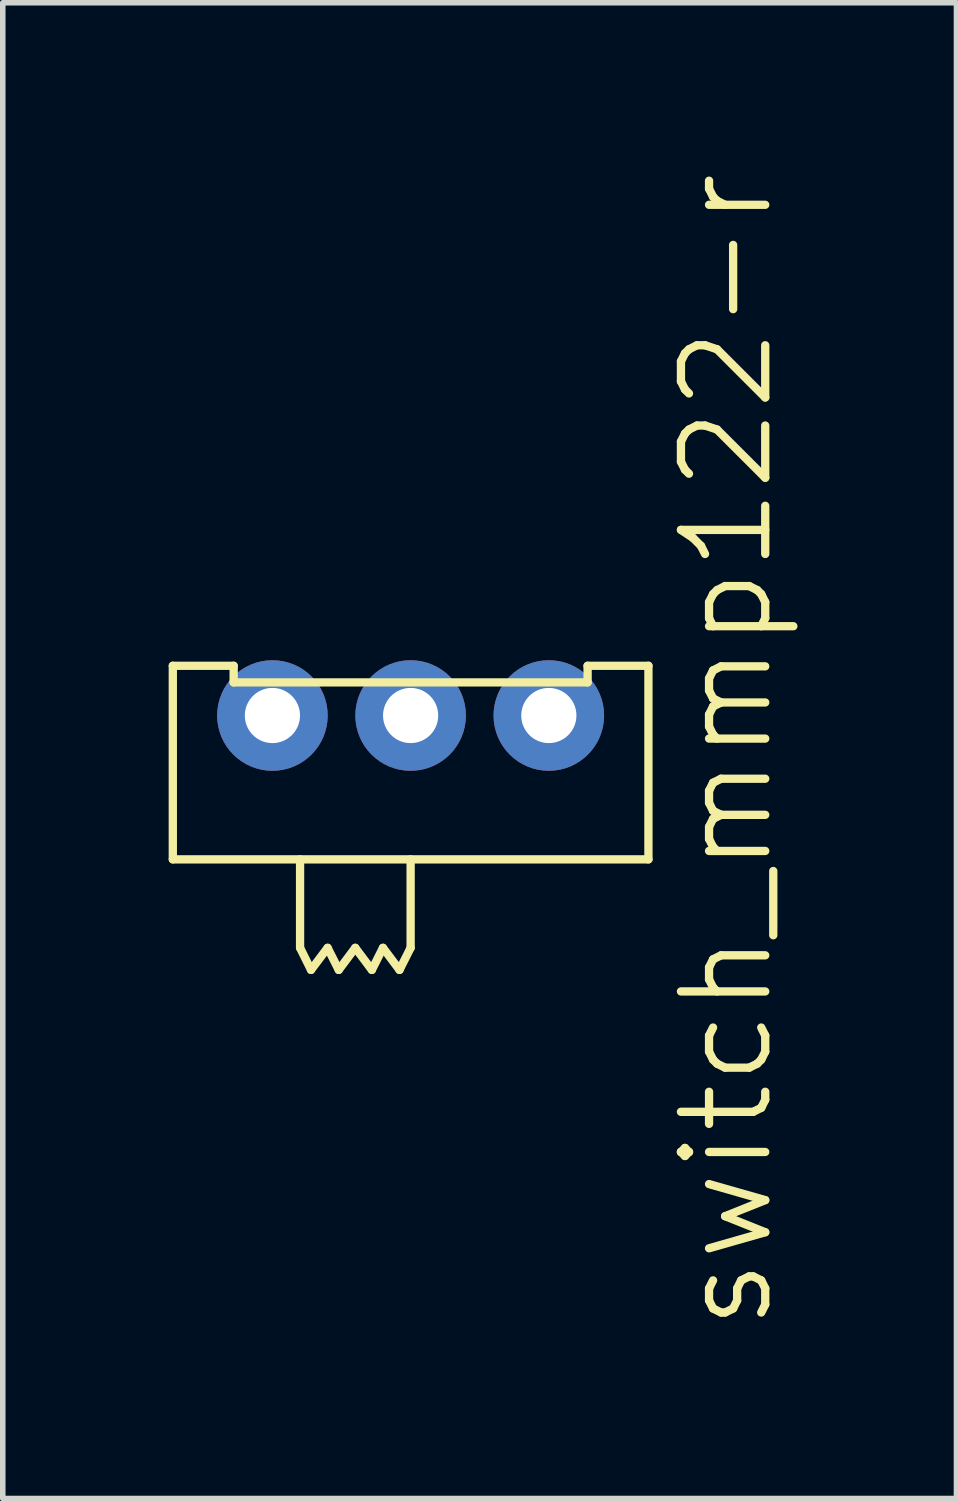
<source format=kicad_pcb>
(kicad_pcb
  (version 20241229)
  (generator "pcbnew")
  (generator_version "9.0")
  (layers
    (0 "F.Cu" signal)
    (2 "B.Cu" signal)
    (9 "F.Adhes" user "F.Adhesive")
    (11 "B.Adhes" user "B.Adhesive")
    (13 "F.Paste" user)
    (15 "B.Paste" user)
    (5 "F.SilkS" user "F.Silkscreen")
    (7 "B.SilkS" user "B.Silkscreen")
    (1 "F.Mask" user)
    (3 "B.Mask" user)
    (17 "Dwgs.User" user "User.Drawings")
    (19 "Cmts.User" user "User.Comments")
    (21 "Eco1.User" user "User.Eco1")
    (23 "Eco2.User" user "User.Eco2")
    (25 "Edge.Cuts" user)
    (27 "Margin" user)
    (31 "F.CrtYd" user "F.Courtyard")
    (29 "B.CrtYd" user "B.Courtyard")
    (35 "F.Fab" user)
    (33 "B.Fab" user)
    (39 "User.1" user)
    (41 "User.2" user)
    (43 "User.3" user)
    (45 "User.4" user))
  (footprint "switch_mmp122-r"
    (layer "F.Cu")
    (at 4.375 9.888)
    (property "Reference" "switch_mmp122-r" (at 5.715 0.635 90) (layer "F.SilkS") (effects (font (size 1.524 1.524) (thickness 0.15))))
    (attr through_hole)
    (fp_line (start -4.3 -0.899) (end -4.3 2.601) (stroke (width 0.15) (type solid)) (layer "F.SilkS"))
    (fp_line (start -4.3 2.601) (end 4.3 2.601) (stroke (width 0.15) (type solid)) (layer "F.SilkS"))
    (fp_line (start -3.2 -0.899) (end -4.3 -0.899) (stroke (width 0.15) (type solid)) (layer "F.SilkS"))
    (fp_line (start -3.2 -0.599) (end -3.2 -0.899) (stroke (width 0.15) (type solid)) (layer "F.SilkS"))
    (fp_line (start -1.999 2.601) (end -1.999 4.201) (stroke (width 0.15) (type solid)) (layer "F.SilkS"))
    (fp_line (start -1.999 4.201) (end -1.801 4.6) (stroke (width 0.15) (type solid)) (layer "F.SilkS"))
    (fp_line (start -1.801 4.6) (end -1.501 4.201) (stroke (width 0.15) (type solid)) (layer "F.SilkS"))
    (fp_line (start -1.501 4.201) (end -1.3 4.6) (stroke (width 0.15) (type solid)) (layer "F.SilkS"))
    (fp_line (start -1.3 4.6) (end -1.001 4.201) (stroke (width 0.15) (type solid)) (layer "F.SilkS"))
    (fp_line (start -1.001 4.201) (end -0.701 4.6) (stroke (width 0.15) (type solid)) (layer "F.SilkS"))
    (fp_line (start -0.701 4.6) (end -0.5 4.201) (stroke (width 0.15) (type solid)) (layer "F.SilkS"))
    (fp_line (start -0.5 4.201) (end -0.201 4.6) (stroke (width 0.15) (type solid)) (layer "F.SilkS"))
    (fp_line (start -0.201 4.6) (end 0 4.201) (stroke (width 0.15) (type solid)) (layer "F.SilkS"))
    (fp_line (start 0 2.601) (end 0 4.201) (stroke (width 0.15) (type solid)) (layer "F.SilkS"))
    (fp_line (start 3.2 -0.899) (end 3.2 -0.599) (stroke (width 0.15) (type solid)) (layer "F.SilkS"))
    (fp_line (start 3.2 -0.599) (end -3.2 -0.599) (stroke (width 0.15) (type solid)) (layer "F.SilkS"))
    (fp_line (start 4.3 -0.899) (end 3.2 -0.899) (stroke (width 0.15) (type solid)) (layer "F.SilkS"))
    (fp_line (start 4.3 2.601) (end 4.3 -0.899) (stroke (width 0.15) (type solid)) (layer "F.SilkS"))
    (pad "1" thru_hole circle (at -2.499 0) (size 1.999 1.999) (drill 0.998) (layers "*.Cu" "*.Mask"))
    (pad "2" thru_hole circle (at 0 0) (size 1.999 1.999) (drill 0.998) (layers "*.Cu" "*.Mask"))
    (pad "3" thru_hole circle (at 2.499 0) (size 1.999 1.999) (drill 0.998) (layers "*.Cu" "*.Mask")))
  (gr_rect
    (start -3 -3)
    (end 14.245 24.046)
    (stroke (width 0.1) (type default))
    (fill no)
    (layer "Edge.Cuts")))
</source>
